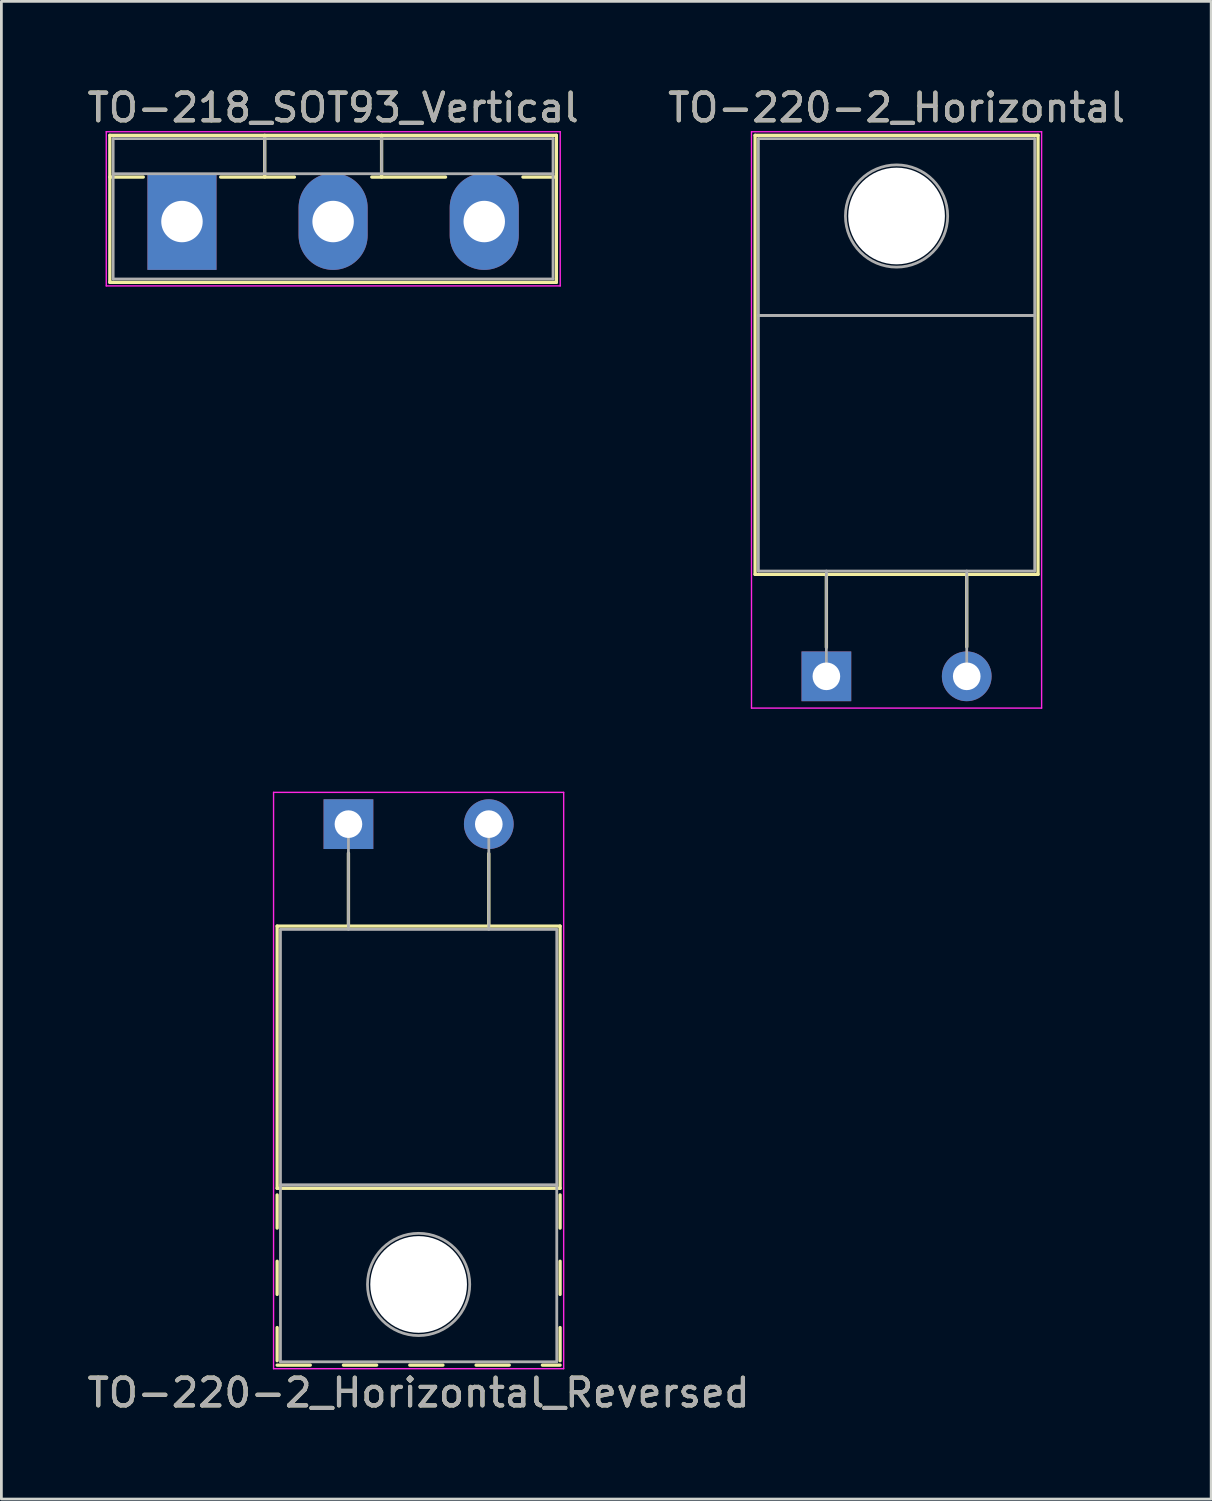
<source format=kicad_pcb>
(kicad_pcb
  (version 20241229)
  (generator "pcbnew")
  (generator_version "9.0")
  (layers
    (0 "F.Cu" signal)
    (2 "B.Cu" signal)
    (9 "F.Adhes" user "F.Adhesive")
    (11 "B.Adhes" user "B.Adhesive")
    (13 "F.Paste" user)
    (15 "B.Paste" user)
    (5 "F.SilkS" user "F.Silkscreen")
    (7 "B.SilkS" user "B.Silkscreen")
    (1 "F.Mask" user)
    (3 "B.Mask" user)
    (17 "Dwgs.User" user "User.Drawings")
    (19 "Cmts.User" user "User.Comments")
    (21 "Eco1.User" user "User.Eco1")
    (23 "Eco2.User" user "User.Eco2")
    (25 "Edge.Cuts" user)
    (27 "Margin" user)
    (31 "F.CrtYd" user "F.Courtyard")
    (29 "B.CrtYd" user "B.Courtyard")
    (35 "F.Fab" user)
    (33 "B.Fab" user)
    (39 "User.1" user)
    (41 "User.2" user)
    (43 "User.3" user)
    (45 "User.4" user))
  (footprint "TO-220-2_Horizontal_Reversed"
    (layer "F.Cu")
    (at 9.561 26.778)
    (property "Reference" "TO-220-2_Horizontal_Reversed" (at 2.54 20.58 0) (layer "F.SilkS") (effects (font (size 1 1) (thickness 0.15))))
    (attr through_hole)
    (fp_line (start -2.58 3.69) (end -2.58 13.18) (stroke (width 0.12) (type solid)) (layer "F.SilkS"))
    (fp_line (start -2.58 3.69) (end 7.66 3.69) (stroke (width 0.12) (type solid)) (layer "F.SilkS"))
    (fp_line (start -2.58 13.18) (end 7.66 13.18) (stroke (width 0.12) (type solid)) (layer "F.SilkS"))
    (fp_line (start -2.58 13.42) (end -2.58 14.62) (stroke (width 0.12) (type solid)) (layer "F.SilkS"))
    (fp_line (start -2.58 15.82) (end -2.58 17.02) (stroke (width 0.12) (type solid)) (layer "F.SilkS"))
    (fp_line (start -2.58 18.22) (end -2.58 19.42) (stroke (width 0.12) (type solid)) (layer "F.SilkS"))
    (fp_line (start -2.58 19.58) (end -1.38 19.58) (stroke (width 0.12) (type solid)) (layer "F.SilkS"))
    (fp_line (start -0.181 19.58) (end 1.02 19.58) (stroke (width 0.12) (type solid)) (layer "F.SilkS"))
    (fp_line (start 0 1.05) (end 0 3.69) (stroke (width 0.12) (type solid)) (layer "F.SilkS"))
    (fp_line (start 2.22 19.58) (end 3.42 19.58) (stroke (width 0.12) (type solid)) (layer "F.SilkS"))
    (fp_line (start 4.62 19.58) (end 5.82 19.58) (stroke (width 0.12) (type solid)) (layer "F.SilkS"))
    (fp_line (start 5.08 1.066) (end 5.08 3.69) (stroke (width 0.12) (type solid)) (layer "F.SilkS"))
    (fp_line (start 7.02 19.58) (end 7.66 19.58) (stroke (width 0.12) (type solid)) (layer "F.SilkS"))
    (fp_line (start 7.66 3.69) (end 7.66 13.18) (stroke (width 0.12) (type solid)) (layer "F.SilkS"))
    (fp_line (start 7.66 13.42) (end 7.66 14.62) (stroke (width 0.12) (type solid)) (layer "F.SilkS"))
    (fp_line (start 7.66 15.82) (end 7.66 17.02) (stroke (width 0.12) (type solid)) (layer "F.SilkS"))
    (fp_line (start 7.66 18.22) (end 7.66 19.42) (stroke (width 0.12) (type solid)) (layer "F.SilkS"))
    (fp_line (start -2.71 -1.15) (end -2.71 19.71) (stroke (width 0.05) (type solid)) (layer "F.CrtYd"))
    (fp_line (start -2.71 19.71) (end 7.79 19.71) (stroke (width 0.05) (type solid)) (layer "F.CrtYd"))
    (fp_line (start 7.79 -1.15) (end -2.71 -1.15) (stroke (width 0.05) (type solid)) (layer "F.CrtYd"))
    (fp_line (start 7.79 19.71) (end 7.79 -1.15) (stroke (width 0.05) (type solid)) (layer "F.CrtYd"))
    (fp_line (start -2.46 3.81) (end -2.46 13.06) (stroke (width 0.1) (type solid)) (layer "F.Fab"))
    (fp_line (start -2.46 13.06) (end -2.46 19.46) (stroke (width 0.1) (type solid)) (layer "F.Fab"))
    (fp_line (start -2.46 13.06) (end 7.54 13.06) (stroke (width 0.1) (type solid)) (layer "F.Fab"))
    (fp_line (start -2.46 19.46) (end 7.54 19.46) (stroke (width 0.1) (type solid)) (layer "F.Fab"))
    (fp_line (start 0 3.81) (end 0 0) (stroke (width 0.1) (type solid)) (layer "F.Fab"))
    (fp_line (start 5.08 3.81) (end 5.08 0) (stroke (width 0.1) (type solid)) (layer "F.Fab"))
    (fp_line (start 7.54 3.81) (end -2.46 3.81) (stroke (width 0.1) (type solid)) (layer "F.Fab"))
    (fp_line (start 7.54 13.06) (end -2.46 13.06) (stroke (width 0.1) (type solid)) (layer "F.Fab"))
    (fp_line (start 7.54 13.06) (end 7.54 3.81) (stroke (width 0.1) (type solid)) (layer "F.Fab"))
    (fp_line (start 7.54 19.46) (end 7.54 13.06) (stroke (width 0.1) (type solid)) (layer "F.Fab"))
    (fp_circle (center 2.54 16.66) (end 4.39 16.66) (stroke (width 0.1) (type solid)) (fill no) (layer "F.Fab"))
    (fp_text user "${REFERENCE}" (at 2.54 20.58 0) (layer "F.Fab") (effects (font (size 1 1) (thickness 0.15))))
    (pad "" np_thru_hole oval (at 2.54 16.66) (size 3.5 3.5) (drill 3.5) (layers "*.Cu" "*.Mask"))
    (pad "1" thru_hole rect (at 0 0) (size 1.8 1.8) (drill 1) (layers "*.Cu" "*.Mask"))
    (pad "2" thru_hole oval (at 5.08 0) (size 1.8 1.8) (drill 1) (layers "*.Cu" "*.Mask")))
  (footprint "TO-218_SOT93_Vertical"
    (layer "F.Cu")
    (at 3.536 4.968)
    (property "Reference" "TO-218_SOT93_Vertical" (at 5.47 -4.12 0) (layer "F.SilkS") (effects (font (size 1 1) (thickness 0.15))))
    (attr through_hole)
    (fp_line (start -2.611 -3.12) (end -2.611 2.2) (stroke (width 0.12) (type solid)) (layer "F.SilkS"))
    (fp_line (start -2.611 -3.12) (end 13.55 -3.12) (stroke (width 0.12) (type solid)) (layer "F.SilkS"))
    (fp_line (start -2.611 -1.61) (end -1.4 -1.61) (stroke (width 0.12) (type solid)) (layer "F.SilkS"))
    (fp_line (start -2.611 2.2) (end 13.55 2.2) (stroke (width 0.12) (type solid)) (layer "F.SilkS"))
    (fp_line (start 1.4 -1.61) (end 4.07 -1.61) (stroke (width 0.12) (type solid)) (layer "F.SilkS"))
    (fp_line (start 2.995 -3.12) (end 2.995 -1.61) (stroke (width 0.12) (type solid)) (layer "F.SilkS"))
    (fp_line (start 6.87 -1.61) (end 9.54 -1.61) (stroke (width 0.12) (type solid)) (layer "F.SilkS"))
    (fp_line (start 7.225 -3.12) (end 7.225 -1.61) (stroke (width 0.12) (type solid)) (layer "F.SilkS"))
    (fp_line (start 12.34 -1.61) (end 13.55 -1.61) (stroke (width 0.12) (type solid)) (layer "F.SilkS"))
    (fp_line (start 13.55 -3.12) (end 13.55 2.2) (stroke (width 0.12) (type solid)) (layer "F.SilkS"))
    (fp_line (start -2.74 -3.25) (end -2.74 2.33) (stroke (width 0.05) (type solid)) (layer "F.CrtYd"))
    (fp_line (start -2.74 2.33) (end 13.69 2.33) (stroke (width 0.05) (type solid)) (layer "F.CrtYd"))
    (fp_line (start 13.69 -3.25) (end -2.74 -3.25) (stroke (width 0.05) (type solid)) (layer "F.CrtYd"))
    (fp_line (start 13.69 2.33) (end 13.69 -3.25) (stroke (width 0.05) (type solid)) (layer "F.CrtYd"))
    (fp_line (start -2.49 -3) (end -2.49 2.08) (stroke (width 0.1) (type solid)) (layer "F.Fab"))
    (fp_line (start -2.49 -1.73) (end 13.43 -1.73) (stroke (width 0.1) (type solid)) (layer "F.Fab"))
    (fp_line (start -2.49 2.08) (end 13.43 2.08) (stroke (width 0.1) (type solid)) (layer "F.Fab"))
    (fp_line (start 2.995 -3) (end 2.995 -1.73) (stroke (width 0.1) (type solid)) (layer "F.Fab"))
    (fp_line (start 7.225 -3) (end 7.225 -1.73) (stroke (width 0.1) (type solid)) (layer "F.Fab"))
    (fp_line (start 13.43 -3) (end -2.49 -3) (stroke (width 0.1) (type solid)) (layer "F.Fab"))
    (fp_line (start 13.43 2.08) (end 13.43 -3) (stroke (width 0.1) (type solid)) (layer "F.Fab"))
    (fp_text user "${REFERENCE}" (at 5.47 -4.12 0) (layer "F.Fab") (effects (font (size 1 1) (thickness 0.15))))
    (pad "1" thru_hole rect (at 0 0) (size 2.5 3.5) (drill 1.5) (layers "*.Cu" "*.Mask"))
    (pad "2" thru_hole oval (at 5.47 0) (size 2.5 3.5) (drill 1.5) (layers "*.Cu" "*.Mask"))
    (pad "3" thru_hole oval (at 10.94 0) (size 2.5 3.5) (drill 1.5) (layers "*.Cu" "*.Mask")))
  (footprint "TO-220-2_Horizontal"
    (layer "F.Cu")
    (at 26.859 21.428)
    (property "Reference" "TO-220-2_Horizontal" (at 2.54 -20.58 0) (layer "F.SilkS") (effects (font (size 1 1) (thickness 0.15))))
    (attr through_hole)
    (fp_line (start -2.58 -19.58) (end -2.58 -3.69) (stroke (width 0.12) (type solid)) (layer "F.SilkS"))
    (fp_line (start -2.58 -19.58) (end 7.66 -19.58) (stroke (width 0.12) (type solid)) (layer "F.SilkS"))
    (fp_line (start -2.58 -3.69) (end 7.66 -3.69) (stroke (width 0.12) (type solid)) (layer "F.SilkS"))
    (fp_line (start 0 -3.69) (end 0 -1.05) (stroke (width 0.12) (type solid)) (layer "F.SilkS"))
    (fp_line (start 5.08 -3.69) (end 5.08 -1.066) (stroke (width 0.12) (type solid)) (layer "F.SilkS"))
    (fp_line (start 7.66 -19.58) (end 7.66 -3.69) (stroke (width 0.12) (type solid)) (layer "F.SilkS"))
    (fp_line (start -2.71 -19.71) (end -2.71 1.15) (stroke (width 0.05) (type solid)) (layer "F.CrtYd"))
    (fp_line (start -2.71 1.15) (end 7.79 1.15) (stroke (width 0.05) (type solid)) (layer "F.CrtYd"))
    (fp_line (start 7.79 -19.71) (end -2.71 -19.71) (stroke (width 0.05) (type solid)) (layer "F.CrtYd"))
    (fp_line (start 7.79 1.15) (end 7.79 -19.71) (stroke (width 0.05) (type solid)) (layer "F.CrtYd"))
    (fp_line (start -2.46 -19.46) (end 7.54 -19.46) (stroke (width 0.1) (type solid)) (layer "F.Fab"))
    (fp_line (start -2.46 -13.06) (end -2.46 -19.46) (stroke (width 0.1) (type solid)) (layer "F.Fab"))
    (fp_line (start -2.46 -13.06) (end 7.54 -13.06) (stroke (width 0.1) (type solid)) (layer "F.Fab"))
    (fp_line (start -2.46 -3.81) (end -2.46 -13.06) (stroke (width 0.1) (type solid)) (layer "F.Fab"))
    (fp_line (start 0 -3.81) (end 0 0) (stroke (width 0.1) (type solid)) (layer "F.Fab"))
    (fp_line (start 5.08 -3.81) (end 5.08 0) (stroke (width 0.1) (type solid)) (layer "F.Fab"))
    (fp_line (start 7.54 -19.46) (end 7.54 -13.06) (stroke (width 0.1) (type solid)) (layer "F.Fab"))
    (fp_line (start 7.54 -13.06) (end -2.46 -13.06) (stroke (width 0.1) (type solid)) (layer "F.Fab"))
    (fp_line (start 7.54 -13.06) (end 7.54 -3.81) (stroke (width 0.1) (type solid)) (layer "F.Fab"))
    (fp_line (start 7.54 -3.81) (end -2.46 -3.81) (stroke (width 0.1) (type solid)) (layer "F.Fab"))
    (fp_circle (center 2.54 -16.66) (end 4.39 -16.66) (stroke (width 0.1) (type solid)) (fill no) (layer "F.Fab"))
    (fp_text user "${REFERENCE}" (at 2.54 -20.58 0) (layer "F.Fab") (effects (font (size 1 1) (thickness 0.15))))
    (pad "" np_thru_hole oval (at 2.54 -16.66) (size 3.5 3.5) (drill 3.5) (layers "*.Cu" "*.Mask"))
    (pad "1" thru_hole rect (at 0 0) (size 1.8 1.8) (drill 1) (layers "*.Cu" "*.Mask"))
    (pad "2" thru_hole oval (at 5.08 0) (size 1.8 1.8) (drill 1) (layers "*.Cu" "*.Mask")))
  (gr_rect
    (start -3 -3)
    (end 40.786 51.206)
    (stroke (width 0.1) (type default))
    (fill no)
    (layer "Edge.Cuts")))
</source>
